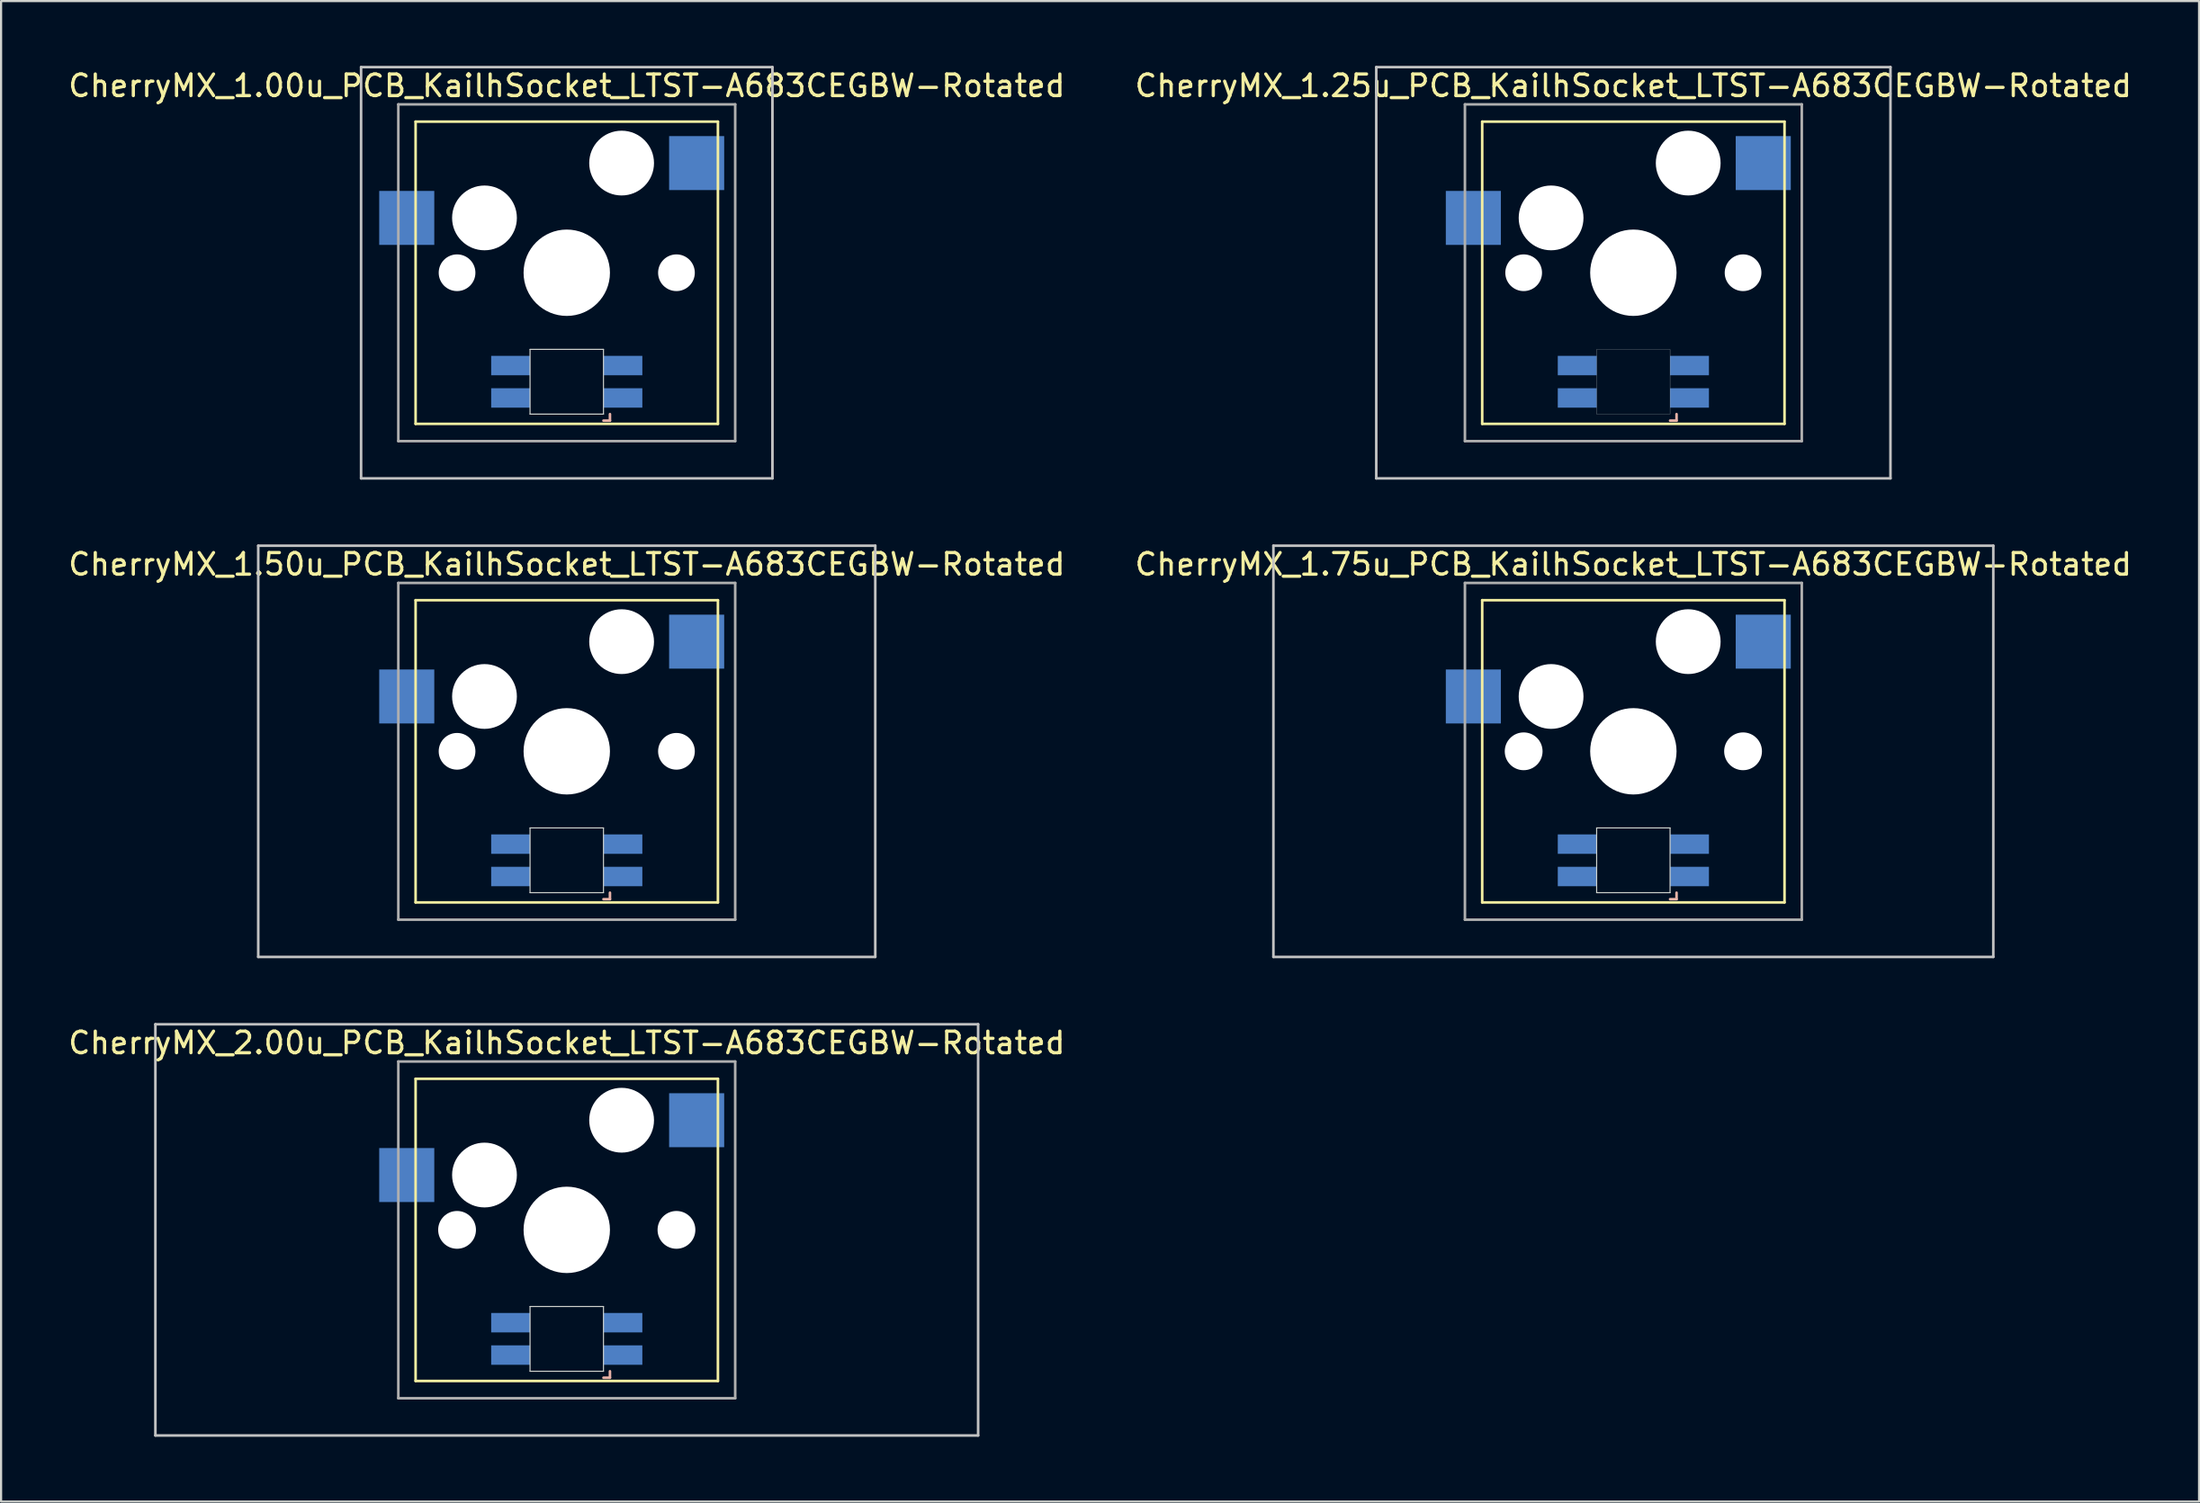
<source format=kicad_pcb>
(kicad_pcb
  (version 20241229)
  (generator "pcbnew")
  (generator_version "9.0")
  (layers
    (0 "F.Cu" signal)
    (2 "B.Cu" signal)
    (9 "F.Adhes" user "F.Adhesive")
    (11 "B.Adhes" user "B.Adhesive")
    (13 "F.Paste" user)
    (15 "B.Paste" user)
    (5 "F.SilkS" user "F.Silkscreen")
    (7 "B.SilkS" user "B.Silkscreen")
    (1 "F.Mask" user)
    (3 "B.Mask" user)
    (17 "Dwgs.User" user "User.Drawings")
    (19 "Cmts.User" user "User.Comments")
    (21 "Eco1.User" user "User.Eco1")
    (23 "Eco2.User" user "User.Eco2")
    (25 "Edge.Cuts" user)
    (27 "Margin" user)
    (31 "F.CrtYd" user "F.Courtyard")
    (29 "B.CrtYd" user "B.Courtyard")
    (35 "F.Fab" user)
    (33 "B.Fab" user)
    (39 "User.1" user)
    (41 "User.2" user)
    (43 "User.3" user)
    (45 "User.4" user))
  (footprint "CherryMX_1.50u_PCB_KailhSocket_LTST-A683CEGBW-Rotated"
    (layer "F.Cu")
    (at 23.196 31.755)
    (property "Reference" "CherryMX_1.50u_PCB_KailhSocket_LTST-A683CEGBW-Rotated" (at 0 -8.662 0) (layer "F.SilkS") (effects (font (size 1 1) (thickness 0.15))))
    (attr through_hole)
    (fp_line (start -7 -7) (end -7 7) (stroke (width 0.12) (type solid)) (layer "F.SilkS"))
    (fp_line (start -7 -7) (end 7 -7) (stroke (width 0.12) (type solid)) (layer "F.SilkS"))
    (fp_line (start 7 -7) (end 7 7) (stroke (width 0.12) (type solid)) (layer "F.SilkS"))
    (fp_line (start 7 7) (end -7 7) (stroke (width 0.12) (type solid)) (layer "F.SilkS"))
    (fp_line (start 1.7 6.85) (end 2 6.85) (stroke (width 0.12) (type solid)) (layer "B.SilkS"))
    (fp_line (start 2 6.85) (end 2 6.55) (stroke (width 0.12) (type solid)) (layer "B.SilkS"))
    (fp_line (start -14.287 -9.525) (end 14.287 -9.525) (stroke (width 0.12) (type solid)) (layer "Dwgs.User"))
    (fp_line (start -14.287 9.525) (end -14.287 -9.525) (stroke (width 0.12) (type solid)) (layer "Dwgs.User"))
    (fp_line (start 14.287 -9.525) (end 14.287 9.525) (stroke (width 0.12) (type solid)) (layer "Dwgs.User"))
    (fp_line (start 14.287 9.525) (end -14.287 9.525) (stroke (width 0.12) (type solid)) (layer "Dwgs.User"))
    (fp_line (start -1.7 3.55) (end 1.7 3.55) (stroke (width 0.05) (type solid)) (layer "Edge.Cuts"))
    (fp_line (start -1.7 6.55) (end -1.7 3.55) (stroke (width 0.05) (type solid)) (layer "Edge.Cuts"))
    (fp_line (start 1.7 3.55) (end 1.7 6.55) (stroke (width 0.05) (type solid)) (layer "Edge.Cuts"))
    (fp_line (start 1.7 6.55) (end -1.7 6.55) (stroke (width 0.05) (type solid)) (layer "Edge.Cuts"))
    (fp_line (start -7.8 -7.8) (end -7.8 7.8) (stroke (width 0.12) (type solid)) (layer "F.Fab"))
    (fp_line (start -7.8 -7.8) (end 7.8 -7.8) (stroke (width 0.12) (type solid)) (layer "F.Fab"))
    (fp_line (start -7.8 7.8) (end 7.8 7.8) (stroke (width 0.12) (type solid)) (layer "F.Fab"))
    (fp_line (start 7.8 -7.8) (end 7.8 7.8) (stroke (width 0.12) (type solid)) (layer "F.Fab"))
    (pad "" np_thru_hole circle (at -5.08 0) (size 1.7 1.7) (drill 1.7) (layers "*.Cu" "*.Mask"))
    (pad "" np_thru_hole circle (at -3.81 -2.54) (size 3 3) (drill 3) (layers "*.Cu" "*.Mask"))
    (pad "" np_thru_hole circle (at 0 0) (size 4 4) (drill 4) (layers "*.Cu" "*.Mask"))
    (pad "" np_thru_hole circle (at 2.54 -5.08) (size 3 3) (drill 3) (layers "*.Cu" "*.Mask"))
    (pad "" np_thru_hole circle (at 5.08 0) (size 1.7 1.7) (drill 1.7) (layers "*.Cu" "*.Mask"))
    (pad "1" smd rect (at -7.41 -2.54) (size 2.55 2.5) (layers "B.Cu" "B.Mask" "B.Paste"))
    (pad "2" smd rect (at 6.015 -5.08) (size 2.55 2.5) (layers "B.Cu" "B.Mask" "B.Paste"))
    (pad "3" smd rect (at 2.6 5.8 180) (size 1.8 0.9) (layers "B.Cu" "B.Mask" "B.Paste"))
    (pad "4" smd rect (at 2.6 4.3 180) (size 1.8 0.9) (layers "B.Cu" "B.Mask" "B.Paste"))
    (pad "5" smd rect (at -2.6 5.8 180) (size 1.8 0.9) (layers "B.Cu" "B.Mask" "B.Paste"))
    (pad "6" smd rect (at -2.6 4.3 180) (size 1.8 0.9) (layers "B.Cu" "B.Mask" "B.Paste")))
  (footprint "CherryMX_1.00u_PCB_KailhSocket_LTST-A683CEGBW-Rotated"
    (layer "F.Cu")
    (at 23.196 9.585)
    (property "Reference" "CherryMX_1.00u_PCB_KailhSocket_LTST-A683CEGBW-Rotated" (at 0 -8.662 0) (layer "F.SilkS") (effects (font (size 1 1) (thickness 0.15))))
    (attr through_hole)
    (fp_line (start -7 -7) (end -7 7) (stroke (width 0.12) (type solid)) (layer "F.SilkS"))
    (fp_line (start -7 -7) (end 7 -7) (stroke (width 0.12) (type solid)) (layer "F.SilkS"))
    (fp_line (start 7 -7) (end 7 7) (stroke (width 0.12) (type solid)) (layer "F.SilkS"))
    (fp_line (start 7 7) (end -7 7) (stroke (width 0.12) (type solid)) (layer "F.SilkS"))
    (fp_line (start 1.7 6.85) (end 2 6.85) (stroke (width 0.12) (type solid)) (layer "B.SilkS"))
    (fp_line (start 2 6.85) (end 2 6.55) (stroke (width 0.12) (type solid)) (layer "B.SilkS"))
    (fp_line (start -9.525 -9.525) (end 9.525 -9.525) (stroke (width 0.12) (type solid)) (layer "Dwgs.User"))
    (fp_line (start -9.525 9.525) (end -9.525 -9.525) (stroke (width 0.12) (type solid)) (layer "Dwgs.User"))
    (fp_line (start 9.525 -9.525) (end 9.525 9.525) (stroke (width 0.12) (type solid)) (layer "Dwgs.User"))
    (fp_line (start 9.525 9.525) (end -9.525 9.525) (stroke (width 0.12) (type solid)) (layer "Dwgs.User"))
    (fp_line (start -1.7 3.55) (end 1.7 3.55) (stroke (width 0.05) (type solid)) (layer "Edge.Cuts"))
    (fp_line (start -1.7 6.55) (end -1.7 3.55) (stroke (width 0.05) (type solid)) (layer "Edge.Cuts"))
    (fp_line (start 1.7 3.55) (end 1.7 6.55) (stroke (width 0.05) (type solid)) (layer "Edge.Cuts"))
    (fp_line (start 1.7 6.55) (end -1.7 6.55) (stroke (width 0.05) (type solid)) (layer "Edge.Cuts"))
    (fp_line (start -7.8 -7.8) (end -7.8 7.8) (stroke (width 0.12) (type solid)) (layer "F.Fab"))
    (fp_line (start -7.8 -7.8) (end 7.8 -7.8) (stroke (width 0.12) (type solid)) (layer "F.Fab"))
    (fp_line (start -7.8 7.8) (end 7.8 7.8) (stroke (width 0.12) (type solid)) (layer "F.Fab"))
    (fp_line (start 7.8 -7.8) (end 7.8 7.8) (stroke (width 0.12) (type solid)) (layer "F.Fab"))
    (pad "" np_thru_hole circle (at -5.08 0) (size 1.7 1.7) (drill 1.7) (layers "*.Cu" "*.Mask"))
    (pad "" np_thru_hole circle (at -3.81 -2.54) (size 3 3) (drill 3) (layers "*.Cu" "*.Mask"))
    (pad "" np_thru_hole circle (at 0 0) (size 4 4) (drill 4) (layers "*.Cu" "*.Mask"))
    (pad "" np_thru_hole circle (at 2.54 -5.08) (size 3 3) (drill 3) (layers "*.Cu" "*.Mask"))
    (pad "" np_thru_hole circle (at 5.08 0) (size 1.7 1.7) (drill 1.7) (layers "*.Cu" "*.Mask"))
    (pad "1" smd rect (at -7.41 -2.54) (size 2.55 2.5) (layers "B.Cu" "B.Mask" "B.Paste"))
    (pad "2" smd rect (at 6.015 -5.08) (size 2.55 2.5) (layers "B.Cu" "B.Mask" "B.Paste"))
    (pad "3" smd rect (at 2.6 5.8 180) (size 1.8 0.9) (layers "B.Cu" "B.Mask" "B.Paste"))
    (pad "4" smd rect (at 2.6 4.3 180) (size 1.8 0.9) (layers "B.Cu" "B.Mask" "B.Paste"))
    (pad "5" smd rect (at -2.6 5.8 180) (size 1.8 0.9) (layers "B.Cu" "B.Mask" "B.Paste"))
    (pad "6" smd rect (at -2.6 4.3 180) (size 1.8 0.9) (layers "B.Cu" "B.Mask" "B.Paste")))
  (footprint "CherryMX_2.00u_PCB_KailhSocket_LTST-A683CEGBW-Rotated"
    (layer "F.Cu")
    (at 23.196 53.925)
    (property "Reference" "CherryMX_2.00u_PCB_KailhSocket_LTST-A683CEGBW-Rotated" (at 0 -8.662 0) (layer "F.SilkS") (effects (font (size 1 1) (thickness 0.15))))
    (attr through_hole)
    (fp_line (start -7 -7) (end -7 7) (stroke (width 0.12) (type solid)) (layer "F.SilkS"))
    (fp_line (start -7 -7) (end 7 -7) (stroke (width 0.12) (type solid)) (layer "F.SilkS"))
    (fp_line (start 7 -7) (end 7 7) (stroke (width 0.12) (type solid)) (layer "F.SilkS"))
    (fp_line (start 7 7) (end -7 7) (stroke (width 0.12) (type solid)) (layer "F.SilkS"))
    (fp_line (start 1.7 6.85) (end 2 6.85) (stroke (width 0.12) (type solid)) (layer "B.SilkS"))
    (fp_line (start 2 6.85) (end 2 6.55) (stroke (width 0.12) (type solid)) (layer "B.SilkS"))
    (fp_line (start -19.05 -9.525) (end 19.05 -9.525) (stroke (width 0.12) (type solid)) (layer "Dwgs.User"))
    (fp_line (start -19.05 9.525) (end -19.05 -9.525) (stroke (width 0.12) (type solid)) (layer "Dwgs.User"))
    (fp_line (start 19.05 -9.525) (end 19.05 9.525) (stroke (width 0.12) (type solid)) (layer "Dwgs.User"))
    (fp_line (start 19.05 9.525) (end -19.05 9.525) (stroke (width 0.12) (type solid)) (layer "Dwgs.User"))
    (fp_line (start -1.7 3.55) (end 1.7 3.55) (stroke (width 0.05) (type solid)) (layer "Edge.Cuts"))
    (fp_line (start -1.7 6.55) (end -1.7 3.55) (stroke (width 0.05) (type solid)) (layer "Edge.Cuts"))
    (fp_line (start 1.7 3.55) (end 1.7 6.55) (stroke (width 0.05) (type solid)) (layer "Edge.Cuts"))
    (fp_line (start 1.7 6.55) (end -1.7 6.55) (stroke (width 0.05) (type solid)) (layer "Edge.Cuts"))
    (fp_line (start -7.8 -7.8) (end -7.8 7.8) (stroke (width 0.12) (type solid)) (layer "F.Fab"))
    (fp_line (start -7.8 -7.8) (end 7.8 -7.8) (stroke (width 0.12) (type solid)) (layer "F.Fab"))
    (fp_line (start -7.8 7.8) (end 7.8 7.8) (stroke (width 0.12) (type solid)) (layer "F.Fab"))
    (fp_line (start 7.8 -7.8) (end 7.8 7.8) (stroke (width 0.12) (type solid)) (layer "F.Fab"))
    (pad "" np_thru_hole circle (at -5.08 0) (size 1.75 1.75) (drill 1.75) (layers "*.Cu" "*.Mask"))
    (pad "" np_thru_hole circle (at -3.81 -2.54) (size 3 3) (drill 3) (layers "*.Cu" "*.Mask"))
    (pad "" np_thru_hole circle (at 0 0) (size 4 4) (drill 4) (layers "*.Cu" "*.Mask"))
    (pad "" np_thru_hole circle (at 2.54 -5.08) (size 3 3) (drill 3) (layers "*.Cu" "*.Mask"))
    (pad "" np_thru_hole circle (at 5.08 0) (size 1.75 1.75) (drill 1.75) (layers "*.Cu" "*.Mask"))
    (pad "1" smd rect (at -7.41 -2.54) (size 2.55 2.5) (layers "B.Cu" "B.Mask" "B.Paste"))
    (pad "2" smd rect (at 6.015 -5.08) (size 2.55 2.5) (layers "B.Cu" "B.Mask" "B.Paste"))
    (pad "3" smd rect (at 2.6 5.8) (size 1.8 0.9) (layers "B.Cu" "B.Mask" "B.Paste"))
    (pad "4" smd rect (at 2.6 4.3) (size 1.8 0.9) (layers "B.Cu" "B.Mask" "B.Paste"))
    (pad "5" smd rect (at -2.6 5.8) (size 1.8 0.9) (layers "B.Cu" "B.Mask" "B.Paste"))
    (pad "6" smd rect (at -2.6 4.3) (size 1.8 0.9) (layers "B.Cu" "B.Mask" "B.Paste")))
  (footprint "CherryMX_1.75u_PCB_KailhSocket_LTST-A683CEGBW-Rotated"
    (layer "F.Cu")
    (at 72.589 31.755)
    (property "Reference" "CherryMX_1.75u_PCB_KailhSocket_LTST-A683CEGBW-Rotated" (at 0 -8.662 0) (layer "F.SilkS") (effects (font (size 1 1) (thickness 0.15))))
    (attr through_hole)
    (fp_line (start -7 -7) (end -7 7) (stroke (width 0.12) (type solid)) (layer "F.SilkS"))
    (fp_line (start -7 -7) (end 7 -7) (stroke (width 0.12) (type solid)) (layer "F.SilkS"))
    (fp_line (start 7 -7) (end 7 7) (stroke (width 0.12) (type solid)) (layer "F.SilkS"))
    (fp_line (start 7 7) (end -7 7) (stroke (width 0.12) (type solid)) (layer "F.SilkS"))
    (fp_line (start 1.7 6.85) (end 2 6.85) (stroke (width 0.12) (type solid)) (layer "B.SilkS"))
    (fp_line (start 2 6.85) (end 2 6.55) (stroke (width 0.12) (type solid)) (layer "B.SilkS"))
    (fp_line (start -16.669 -9.525) (end 16.669 -9.525) (stroke (width 0.12) (type solid)) (layer "Dwgs.User"))
    (fp_line (start -16.669 9.525) (end -16.669 -9.525) (stroke (width 0.12) (type solid)) (layer "Dwgs.User"))
    (fp_line (start 16.669 -9.525) (end 16.669 9.525) (stroke (width 0.12) (type solid)) (layer "Dwgs.User"))
    (fp_line (start 16.669 9.525) (end -16.669 9.525) (stroke (width 0.12) (type solid)) (layer "Dwgs.User"))
    (fp_line (start -1.7 3.55) (end 1.7 3.55) (stroke (width 0.05) (type solid)) (layer "Edge.Cuts"))
    (fp_line (start -1.7 6.55) (end -1.7 3.55) (stroke (width 0.05) (type solid)) (layer "Edge.Cuts"))
    (fp_line (start 1.7 3.55) (end 1.7 6.55) (stroke (width 0.05) (type solid)) (layer "Edge.Cuts"))
    (fp_line (start 1.7 6.55) (end -1.7 6.55) (stroke (width 0.05) (type solid)) (layer "Edge.Cuts"))
    (fp_line (start -7.8 -7.8) (end -7.8 7.8) (stroke (width 0.12) (type solid)) (layer "F.Fab"))
    (fp_line (start -7.8 -7.8) (end 7.8 -7.8) (stroke (width 0.12) (type solid)) (layer "F.Fab"))
    (fp_line (start -7.8 7.8) (end 7.8 7.8) (stroke (width 0.12) (type solid)) (layer "F.Fab"))
    (fp_line (start 7.8 -7.8) (end 7.8 7.8) (stroke (width 0.12) (type solid)) (layer "F.Fab"))
    (pad "" np_thru_hole circle (at -5.08 0) (size 1.75 1.75) (drill 1.75) (layers "*.Cu" "*.Mask"))
    (pad "" np_thru_hole circle (at -3.81 -2.54) (size 3 3) (drill 3) (layers "*.Cu" "*.Mask"))
    (pad "" np_thru_hole circle (at 0 0) (size 4 4) (drill 4) (layers "*.Cu" "*.Mask"))
    (pad "" np_thru_hole circle (at 2.54 -5.08) (size 3 3) (drill 3) (layers "*.Cu" "*.Mask"))
    (pad "" np_thru_hole circle (at 5.08 0) (size 1.75 1.75) (drill 1.75) (layers "*.Cu" "*.Mask"))
    (pad "1" smd rect (at -7.41 -2.54) (size 2.55 2.5) (layers "B.Cu" "B.Mask" "B.Paste"))
    (pad "2" smd rect (at 6.015 -5.08) (size 2.55 2.5) (layers "B.Cu" "B.Mask" "B.Paste"))
    (pad "3" smd rect (at 2.6 5.8) (size 1.8 0.9) (layers "B.Cu" "B.Mask" "B.Paste"))
    (pad "4" smd rect (at 2.6 4.3) (size 1.8 0.9) (layers "B.Cu" "B.Mask" "B.Paste"))
    (pad "5" smd rect (at -2.6 5.8) (size 1.8 0.9) (layers "B.Cu" "B.Mask" "B.Paste"))
    (pad "6" smd rect (at -2.6 4.3) (size 1.8 0.9) (layers "B.Cu" "B.Mask" "B.Paste")))
  (footprint "CherryMX_1.25u_PCB_KailhSocket_LTST-A683CEGBW-Rotated"
    (layer "F.Cu")
    (at 72.589 9.585)
    (property "Reference" "CherryMX_1.25u_PCB_KailhSocket_LTST-A683CEGBW-Rotated" (at 0 -8.662 0) (layer "F.SilkS") (effects (font (size 1 1) (thickness 0.15))))
    (attr through_hole)
    (fp_line (start -7 -7) (end -7 7) (stroke (width 0.12) (type solid)) (layer "F.SilkS"))
    (fp_line (start -7 -7) (end 7 -7) (stroke (width 0.12) (type solid)) (layer "F.SilkS"))
    (fp_line (start 7 -7) (end 7 7) (stroke (width 0.12) (type solid)) (layer "F.SilkS"))
    (fp_line (start 7 7) (end -7 7) (stroke (width 0.12) (type solid)) (layer "F.SilkS"))
    (fp_line (start 1.7 6.85) (end 2 6.85) (stroke (width 0.12) (type solid)) (layer "B.SilkS"))
    (fp_line (start 2 6.85) (end 2 6.55) (stroke (width 0.12) (type solid)) (layer "B.SilkS"))
    (fp_line (start -11.906 -9.525) (end 11.906 -9.525) (stroke (width 0.12) (type solid)) (layer "Dwgs.User"))
    (fp_line (start -11.906 9.525) (end -11.906 -9.525) (stroke (width 0.12) (type solid)) (layer "Dwgs.User"))
    (fp_line (start 11.906 -9.525) (end 11.906 9.525) (stroke (width 0.12) (type solid)) (layer "Dwgs.User"))
    (fp_line (start 11.906 9.525) (end -11.906 9.525) (stroke (width 0.12) (type solid)) (layer "Dwgs.User"))
    (fp_poly (pts (xy -1.7 3.55) (xy 1.7 3.55) (xy 1.7 6.55) (xy -1.7 6.55)) (stroke (width 0.01) (type solid)) (fill no) (layer "Edge.Cuts"))
    (fp_line (start -7.8 -7.8) (end -7.8 7.8) (stroke (width 0.12) (type solid)) (layer "F.Fab"))
    (fp_line (start -7.8 -7.8) (end 7.8 -7.8) (stroke (width 0.12) (type solid)) (layer "F.Fab"))
    (fp_line (start -7.8 7.8) (end 7.8 7.8) (stroke (width 0.12) (type solid)) (layer "F.Fab"))
    (fp_line (start 7.8 -7.8) (end 7.8 7.8) (stroke (width 0.12) (type solid)) (layer "F.Fab"))
    (pad "" np_thru_hole circle (at -5.08 0) (size 1.7 1.7) (drill 1.7) (layers "*.Cu" "*.Mask"))
    (pad "" np_thru_hole circle (at -3.81 -2.54) (size 3 3) (drill 3) (layers "*.Cu" "*.Mask"))
    (pad "" np_thru_hole circle (at 0 0) (size 4 4) (drill 4) (layers "*.Cu" "*.Mask"))
    (pad "" np_thru_hole circle (at 2.54 -5.08) (size 3 3) (drill 3) (layers "*.Cu" "*.Mask"))
    (pad "" np_thru_hole circle (at 5.08 0) (size 1.7 1.7) (drill 1.7) (layers "*.Cu" "*.Mask"))
    (pad "1" smd rect (at -7.41 -2.54) (size 2.55 2.5) (layers "B.Cu" "B.Mask" "B.Paste"))
    (pad "2" smd rect (at 6.015 -5.08) (size 2.55 2.5) (layers "B.Cu" "B.Mask" "B.Paste"))
    (pad "3" smd rect (at 2.6 5.8 180) (size 1.8 0.9) (layers "B.Cu" "B.Mask" "B.Paste"))
    (pad "4" smd rect (at 2.6 4.3 180) (size 1.8 0.9) (layers "B.Cu" "B.Mask" "B.Paste"))
    (pad "5" smd rect (at -2.6 5.8 180) (size 1.8 0.9) (layers "B.Cu" "B.Mask" "B.Paste"))
    (pad "6" smd rect (at -2.6 4.3 180) (size 1.8 0.9) (layers "B.Cu" "B.Mask" "B.Paste")))
  (gr_rect
    (start -3 -3)
    (end 98.786 66.51)
    (stroke (width 0.1) (type default))
    (fill no)
    (layer "Edge.Cuts")))
</source>
